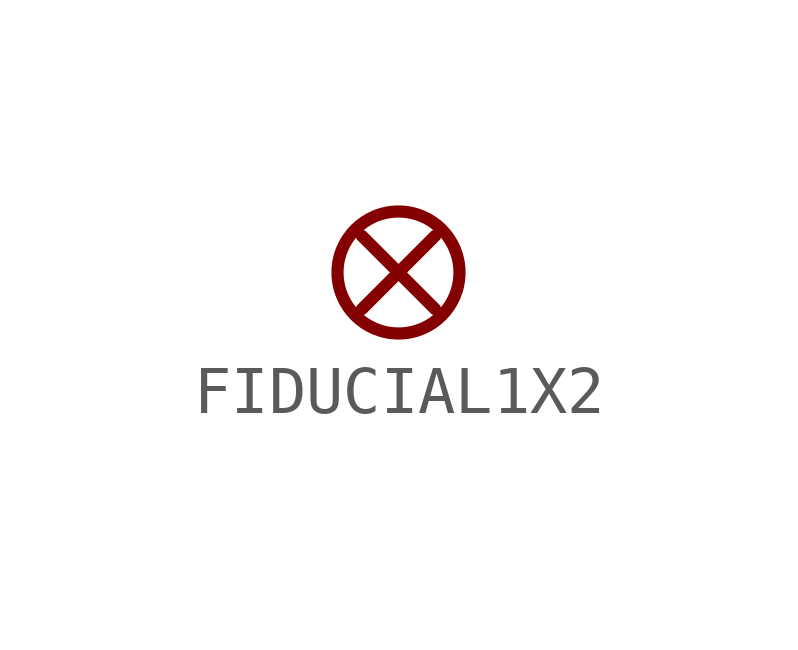
<source format=kicad_sym>
(kicad_symbol_lib
  (version 20211014)
  (generator kicad_symbol_editor)
  (symbol "FIDUCIAL1X2"
    (property "Reference" "JP"
      (at 0 0 0)
      (effects (font (size 1.27 1.27)) hide))
    (property "ki_locked" ""
      (at 0 0 0)
      (effects (font (size 1.27 1.27))))
    (symbol "FIDUCIAL1X2_1_0"
      (polyline (pts (xy -0.762 0.762) (xy 0.762 -0.762)) (stroke (width 0.254) (type default) (color 0 0 0 0)) (fill (type none)))
      (polyline (pts (xy 0.762 0.762) (xy -0.762 -0.762)) (stroke (width 0.254) (type default) (color 0 0 0 0)) (fill (type none)))
      (circle (center 0 0) (radius 1.27) (stroke (width 0.254) (type default) (color 0 0 0 0)) (fill (type none))))))
</source>
